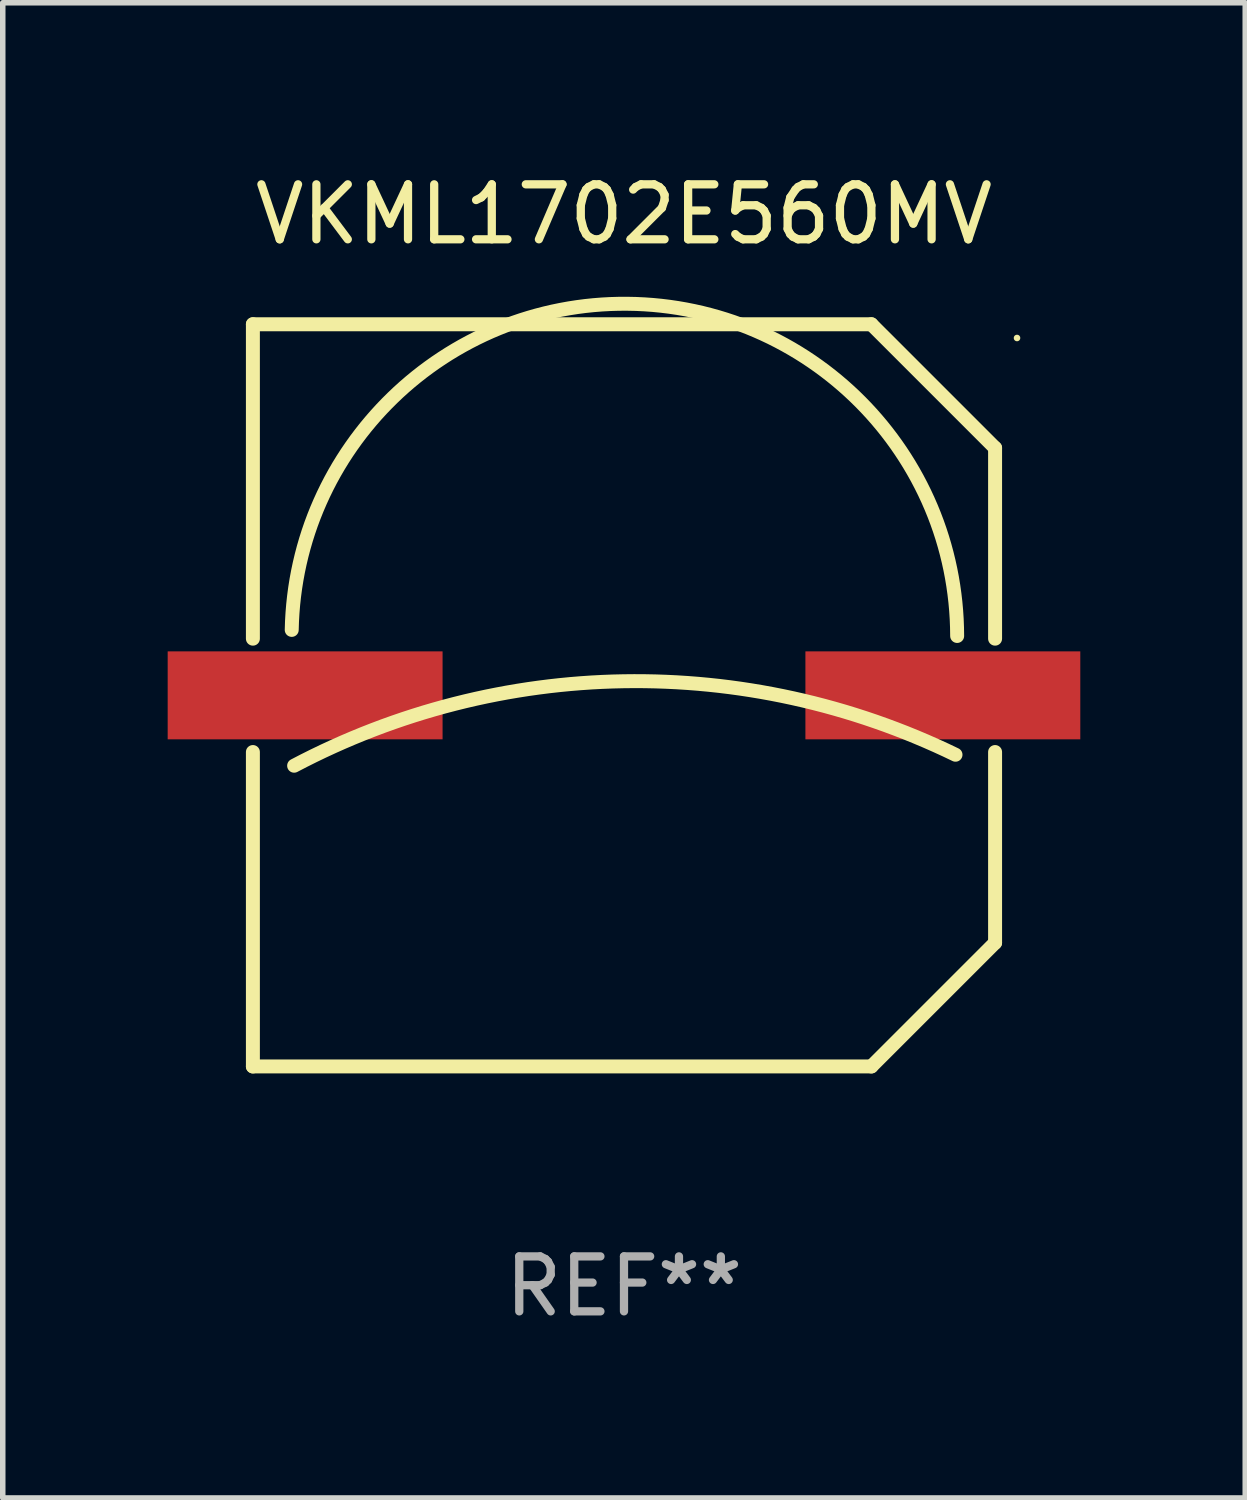
<source format=kicad_pcb>
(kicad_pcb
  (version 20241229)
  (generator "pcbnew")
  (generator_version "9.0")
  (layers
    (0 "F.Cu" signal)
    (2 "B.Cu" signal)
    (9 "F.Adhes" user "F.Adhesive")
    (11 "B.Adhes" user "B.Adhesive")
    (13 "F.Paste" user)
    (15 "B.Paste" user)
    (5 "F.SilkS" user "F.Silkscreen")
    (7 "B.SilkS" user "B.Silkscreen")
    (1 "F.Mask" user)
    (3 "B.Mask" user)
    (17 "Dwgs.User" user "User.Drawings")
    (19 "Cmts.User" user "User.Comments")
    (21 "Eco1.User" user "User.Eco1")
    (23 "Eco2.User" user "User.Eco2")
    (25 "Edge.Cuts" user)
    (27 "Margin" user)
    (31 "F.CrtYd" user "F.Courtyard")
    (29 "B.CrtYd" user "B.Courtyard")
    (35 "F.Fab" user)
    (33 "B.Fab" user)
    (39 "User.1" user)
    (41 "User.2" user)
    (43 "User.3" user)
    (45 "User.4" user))
  (footprint "VKML1702E560MV"
    (layer "F.Cu")
    (at 8.3 9.598)
    (property "Reference" "VKML1702E560MV" (at 0 -8.75 0) (layer "F.SilkS") (effects (font (size 1 1) (thickness 0.15))))
    (attr through_hole)
    (fp_line (start -6.75 -6.75) (end 4.5 -6.75) (stroke (width 0.254) (type solid)) (layer "F.SilkS"))
    (fp_line (start -6.75 -1.031) (end -6.75 -6.75) (stroke (width 0.254) (type solid)) (layer "F.SilkS"))
    (fp_line (start -6.75 6.75) (end -6.75 1.031) (stroke (width 0.254) (type solid)) (layer "F.SilkS"))
    (fp_line (start -6.75 6.75) (end 4.5 6.75) (stroke (width 0.254) (type solid)) (layer "F.SilkS"))
    (fp_line (start 4.5 6.75) (end 6.75 4.5) (stroke (width 0.254) (type solid)) (layer "F.SilkS"))
    (fp_line (start 6.75 -4.5) (end 4.5 -6.75) (stroke (width 0.254) (type solid)) (layer "F.SilkS"))
    (fp_line (start 6.75 -1.031) (end 6.75 -4.5) (stroke (width 0.254) (type solid)) (layer "F.SilkS"))
    (fp_line (start 6.75 4.5) (end 6.75 1.031) (stroke (width 0.254) (type solid)) (layer "F.SilkS"))
    (fp_arc (start -6.043638 -1.190577) (mid 0.06288 -7.123351) (end 6.059995 -1.08001) (stroke (width 0.254001) (type solid)) (layer "F.SilkS"))
    (fp_arc (start -6 1.28001) (mid -0.008883 -0.256469) (end 6.029998 1.08001) (stroke (width 0.254001) (type solid)) (layer "F.SilkS"))
    (fp_circle (center 7.149 -6.5) (end 7.179 -6.5) (stroke (width 0.06) (type solid)) (fill no) (layer "F.SilkS"))
    (fp_text user "REF**" (at 0 10.75 0) (layer "F.Fab") (effects (font (size 1 1) (thickness 0.15))))
    (pad "1" smd rect (at 5.8 0) (size 5 1.6) (layers "F.Cu" "F.Mask" "F.Paste"))
    (pad "2" smd rect (at -5.8 0) (size 5 1.6) (layers "F.Cu" "F.Mask" "F.Paste")))
  (gr_rect
    (start -3 -3)
    (end 19.6 24.197)
    (stroke (width 0.1) (type default))
    (fill no)
    (layer "Edge.Cuts")))
</source>
